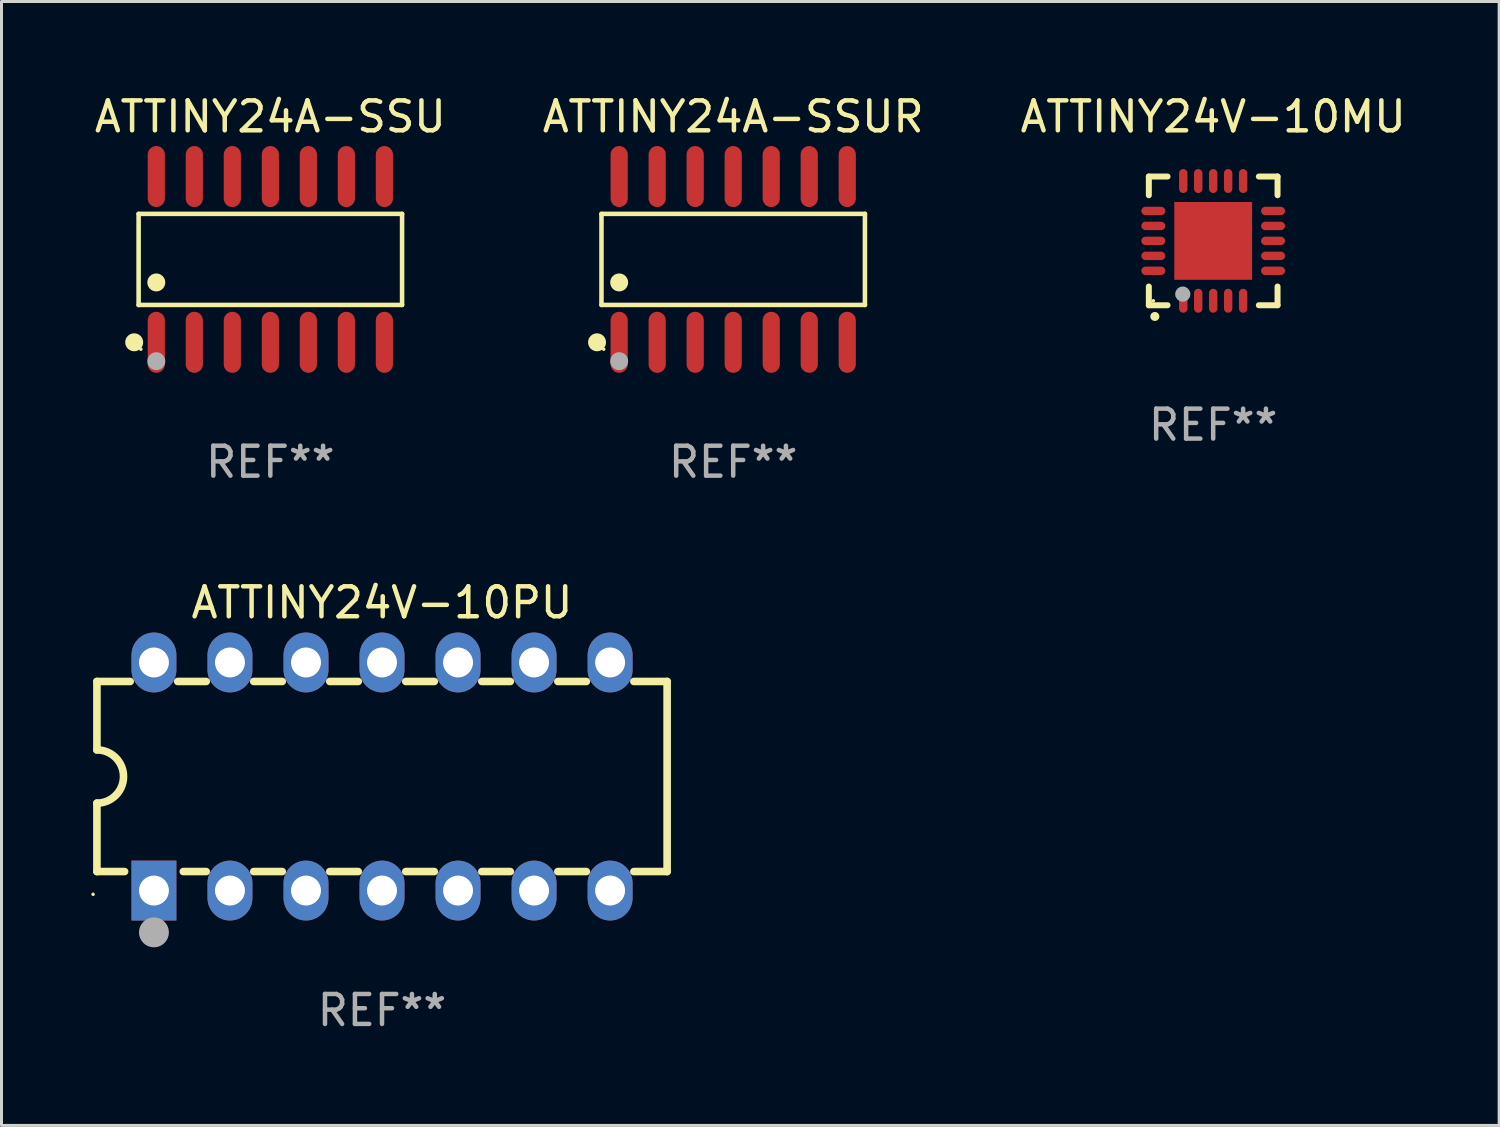
<source format=kicad_pcb>
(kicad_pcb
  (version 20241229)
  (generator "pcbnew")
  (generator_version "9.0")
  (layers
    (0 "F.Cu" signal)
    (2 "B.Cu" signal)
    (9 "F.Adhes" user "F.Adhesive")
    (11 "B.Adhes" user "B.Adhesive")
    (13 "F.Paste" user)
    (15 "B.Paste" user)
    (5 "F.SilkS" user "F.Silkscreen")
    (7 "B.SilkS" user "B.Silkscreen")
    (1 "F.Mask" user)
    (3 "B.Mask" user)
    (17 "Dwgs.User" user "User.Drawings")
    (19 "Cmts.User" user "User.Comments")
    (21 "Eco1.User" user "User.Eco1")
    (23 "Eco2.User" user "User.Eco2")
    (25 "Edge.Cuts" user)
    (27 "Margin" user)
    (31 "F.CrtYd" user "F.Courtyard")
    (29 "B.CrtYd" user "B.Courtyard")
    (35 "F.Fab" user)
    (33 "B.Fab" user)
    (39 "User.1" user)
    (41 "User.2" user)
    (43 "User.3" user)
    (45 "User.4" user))
  (footprint "ATTINY24A-SSUR"
    (layer "F.Cu")
    (at 21.446 5.617)
    (property "Reference" "ATTINY24A-SSUR" (at 0 -4.769 0) (layer "F.SilkS") (effects (font (size 1 1) (thickness 0.15))))
    (attr through_hole)
    (fp_line (start -4.401 -1.521) (end 4.401 -1.521) (stroke (width 0.152) (type solid)) (layer "F.SilkS"))
    (fp_line (start -4.401 1.521) (end -4.401 -1.521) (stroke (width 0.152) (type solid)) (layer "F.SilkS"))
    (fp_line (start 4.401 -1.521) (end 4.401 1.521) (stroke (width 0.152) (type solid)) (layer "F.SilkS"))
    (fp_line (start 4.401 1.521) (end -4.401 1.521) (stroke (width 0.152) (type solid)) (layer "F.SilkS"))
    (fp_circle (center -4.549 2.769) (end -4.399 2.769) (stroke (width 0.3) (type solid)) (fill no) (layer "F.SilkS"))
    (fp_circle (center -4.325 3) (end -4.295 3) (stroke (width 0.06) (type solid)) (fill no) (layer "F.SilkS"))
    (fp_circle (center -3.81 0.769) (end -3.66 0.769) (stroke (width 0.3) (type solid)) (fill no) (layer "F.SilkS"))
    (fp_circle (center -3.81 3.4) (end -3.66 3.4) (stroke (width 0.3) (type solid)) (fill no) (layer "F.Fab"))
    (fp_text user "REF**" (at 0 6.769 0) (layer "F.Fab") (effects (font (size 1 1) (thickness 0.15))))
    (pad "1" smd oval (at -3.81 2.769) (size 0.574 2.038) (layers "F.Cu" "F.Mask" "F.Paste"))
    (pad "2" smd oval (at -2.54 2.769) (size 0.574 2.038) (layers "F.Cu" "F.Mask" "F.Paste"))
    (pad "3" smd oval (at -1.27 2.769) (size 0.574 2.038) (layers "F.Cu" "F.Mask" "F.Paste"))
    (pad "4" smd oval (at 0 2.769) (size 0.574 2.038) (layers "F.Cu" "F.Mask" "F.Paste"))
    (pad "5" smd oval (at 1.27 2.769) (size 0.574 2.038) (layers "F.Cu" "F.Mask" "F.Paste"))
    (pad "6" smd oval (at 2.54 2.769) (size 0.574 2.038) (layers "F.Cu" "F.Mask" "F.Paste"))
    (pad "7" smd oval (at 3.81 2.769) (size 0.574 2.038) (layers "F.Cu" "F.Mask" "F.Paste"))
    (pad "8" smd oval (at 3.81 -2.769) (size 0.574 2.038) (layers "F.Cu" "F.Mask" "F.Paste"))
    (pad "9" smd oval (at 2.54 -2.769) (size 0.574 2.038) (layers "F.Cu" "F.Mask" "F.Paste"))
    (pad "10" smd oval (at 1.27 -2.769) (size 0.574 2.038) (layers "F.Cu" "F.Mask" "F.Paste"))
    (pad "11" smd oval (at 0 -2.769) (size 0.574 2.038) (layers "F.Cu" "F.Mask" "F.Paste"))
    (pad "12" smd oval (at -1.27 -2.769) (size 0.574 2.038) (layers "F.Cu" "F.Mask" "F.Paste"))
    (pad "13" smd oval (at -2.54 -2.769) (size 0.574 2.038) (layers "F.Cu" "F.Mask" "F.Paste"))
    (pad "14" smd oval (at -3.81 -2.769) (size 0.574 2.038) (layers "F.Cu" "F.Mask" "F.Paste")))
  (footprint "ATTINY24A-SSU"
    (layer "F.Cu")
    (at 5.982 5.617)
    (property "Reference" "ATTINY24A-SSU" (at 0 -4.769 0) (layer "F.SilkS") (effects (font (size 1 1) (thickness 0.15))))
    (attr through_hole)
    (fp_line (start -4.401 -1.521) (end 4.401 -1.521) (stroke (width 0.152) (type solid)) (layer "F.SilkS"))
    (fp_line (start -4.401 1.521) (end -4.401 -1.521) (stroke (width 0.152) (type solid)) (layer "F.SilkS"))
    (fp_line (start 4.401 -1.521) (end 4.401 1.521) (stroke (width 0.152) (type solid)) (layer "F.SilkS"))
    (fp_line (start 4.401 1.521) (end -4.401 1.521) (stroke (width 0.152) (type solid)) (layer "F.SilkS"))
    (fp_circle (center -4.549 2.769) (end -4.399 2.769) (stroke (width 0.3) (type solid)) (fill no) (layer "F.SilkS"))
    (fp_circle (center -4.325 3) (end -4.295 3) (stroke (width 0.06) (type solid)) (fill no) (layer "F.SilkS"))
    (fp_circle (center -3.81 0.769) (end -3.66 0.769) (stroke (width 0.3) (type solid)) (fill no) (layer "F.SilkS"))
    (fp_circle (center -3.81 3.4) (end -3.66 3.4) (stroke (width 0.3) (type solid)) (fill no) (layer "F.Fab"))
    (fp_text user "REF**" (at 0 6.769 0) (layer "F.Fab") (effects (font (size 1 1) (thickness 0.15))))
    (pad "1" smd oval (at -3.81 2.769) (size 0.574 2.038) (layers "F.Cu" "F.Mask" "F.Paste"))
    (pad "2" smd oval (at -2.54 2.769) (size 0.574 2.038) (layers "F.Cu" "F.Mask" "F.Paste"))
    (pad "3" smd oval (at -1.27 2.769) (size 0.574 2.038) (layers "F.Cu" "F.Mask" "F.Paste"))
    (pad "4" smd oval (at 0 2.769) (size 0.574 2.038) (layers "F.Cu" "F.Mask" "F.Paste"))
    (pad "5" smd oval (at 1.27 2.769) (size 0.574 2.038) (layers "F.Cu" "F.Mask" "F.Paste"))
    (pad "6" smd oval (at 2.54 2.769) (size 0.574 2.038) (layers "F.Cu" "F.Mask" "F.Paste"))
    (pad "7" smd oval (at 3.81 2.769) (size 0.574 2.038) (layers "F.Cu" "F.Mask" "F.Paste"))
    (pad "8" smd oval (at 3.81 -2.769) (size 0.574 2.038) (layers "F.Cu" "F.Mask" "F.Paste"))
    (pad "9" smd oval (at 2.54 -2.769) (size 0.574 2.038) (layers "F.Cu" "F.Mask" "F.Paste"))
    (pad "10" smd oval (at 1.27 -2.769) (size 0.574 2.038) (layers "F.Cu" "F.Mask" "F.Paste"))
    (pad "11" smd oval (at 0 -2.769) (size 0.574 2.038) (layers "F.Cu" "F.Mask" "F.Paste"))
    (pad "12" smd oval (at -1.27 -2.769) (size 0.574 2.038) (layers "F.Cu" "F.Mask" "F.Paste"))
    (pad "13" smd oval (at -2.54 -2.769) (size 0.574 2.038) (layers "F.Cu" "F.Mask" "F.Paste"))
    (pad "14" smd oval (at -3.81 -2.769) (size 0.574 2.038) (layers "F.Cu" "F.Mask" "F.Paste")))
  (footprint "ATTINY24V-10PU"
    (layer "F.Cu")
    (at 9.713 22.893)
    (property "Reference" "ATTINY24V-10PU" (at 0 -5.81 0) (layer "F.SilkS") (effects (font (size 1 1) (thickness 0.15))))
    (attr through_hole)
    (fp_line (start -9.525 -3.175) (end -9.525 -0.889) (stroke (width 0.254) (type solid)) (layer "F.SilkS"))
    (fp_line (start -9.525 -3.175) (end -8.414 -3.175) (stroke (width 0.254) (type solid)) (layer "F.SilkS"))
    (fp_line (start -9.525 3.175) (end -9.525 0.889) (stroke (width 0.254) (type solid)) (layer "F.SilkS"))
    (fp_line (start -8.601 3.175) (end -9.525 3.175) (stroke (width 0.254) (type solid)) (layer "F.SilkS"))
    (fp_line (start -6.826 -3.175) (end -5.874 -3.175) (stroke (width 0.254) (type solid)) (layer "F.SilkS"))
    (fp_line (start -5.874 3.175) (end -6.639 3.175) (stroke (width 0.254) (type solid)) (layer "F.SilkS"))
    (fp_line (start -4.286 -3.175) (end -3.334 -3.175) (stroke (width 0.254) (type solid)) (layer "F.SilkS"))
    (fp_line (start -3.334 3.175) (end -4.286 3.175) (stroke (width 0.254) (type solid)) (layer "F.SilkS"))
    (fp_line (start -1.746 -3.175) (end -0.794 -3.175) (stroke (width 0.254) (type solid)) (layer "F.SilkS"))
    (fp_line (start -0.794 3.175) (end -1.746 3.175) (stroke (width 0.254) (type solid)) (layer "F.SilkS"))
    (fp_line (start 0.794 -3.175) (end 1.746 -3.175) (stroke (width 0.254) (type solid)) (layer "F.SilkS"))
    (fp_line (start 1.746 3.175) (end 0.794 3.175) (stroke (width 0.254) (type solid)) (layer "F.SilkS"))
    (fp_line (start 3.334 -3.175) (end 4.286 -3.175) (stroke (width 0.254) (type solid)) (layer "F.SilkS"))
    (fp_line (start 4.286 3.175) (end 3.334 3.175) (stroke (width 0.254) (type solid)) (layer "F.SilkS"))
    (fp_line (start 5.874 -3.175) (end 6.826 -3.175) (stroke (width 0.254) (type solid)) (layer "F.SilkS"))
    (fp_line (start 6.826 3.175) (end 5.874 3.175) (stroke (width 0.254) (type solid)) (layer "F.SilkS"))
    (fp_line (start 8.414 -3.175) (end 9.525 -3.175) (stroke (width 0.254) (type solid)) (layer "F.SilkS"))
    (fp_line (start 9.525 -3.175) (end 9.525 3.175) (stroke (width 0.254) (type solid)) (layer "F.SilkS"))
    (fp_line (start 9.525 3.175) (end 8.414 3.175) (stroke (width 0.254) (type solid)) (layer "F.SilkS"))
    (fp_arc (start -9.525019 -0.889002) (mid -8.636017 0) (end -9.525019 0.889002) (stroke (width 0.254001) (type solid)) (layer "F.SilkS"))
    (fp_circle (center -9.653 3.935) (end -9.623 3.935) (stroke (width 0.06) (type solid)) (fill no) (layer "F.SilkS"))
    (fp_circle (center -7.62 5.207) (end -7.37 5.207) (stroke (width 0.5) (type solid)) (fill no) (layer "F.Fab"))
    (fp_text user "REF**" (at 0 7.81 0) (layer "F.Fab") (effects (font (size 1 1) (thickness 0.15))))
    (pad "1" thru_hole rect (at -7.62 3.81) (size 1.5 2) (drill 1) (layers "*.Cu" "*.Mask"))
    (pad "2" thru_hole oval (at -5.08 3.81) (size 1.5 2) (drill 1) (layers "*.Cu" "*.Mask"))
    (pad "3" thru_hole oval (at -2.54 3.81) (size 1.5 2) (drill 1) (layers "*.Cu" "*.Mask"))
    (pad "4" thru_hole oval (at 0 3.81) (size 1.5 2) (drill 1) (layers "*.Cu" "*.Mask"))
    (pad "5" thru_hole oval (at 2.54 3.81) (size 1.5 2) (drill 1) (layers "*.Cu" "*.Mask"))
    (pad "6" thru_hole oval (at 5.08 3.81) (size 1.5 2) (drill 1) (layers "*.Cu" "*.Mask"))
    (pad "7" thru_hole oval (at 7.62 3.81) (size 1.5 2) (drill 1) (layers "*.Cu" "*.Mask"))
    (pad "8" thru_hole oval (at 7.62 -3.81) (size 1.5 2) (drill 1) (layers "*.Cu" "*.Mask"))
    (pad "9" thru_hole oval (at 5.08 -3.81) (size 1.5 2) (drill 1) (layers "*.Cu" "*.Mask"))
    (pad "10" thru_hole oval (at 2.54 -3.81) (size 1.5 2) (drill 1) (layers "*.Cu" "*.Mask"))
    (pad "11" thru_hole oval (at 0 -3.81) (size 1.5 2) (drill 1) (layers "*.Cu" "*.Mask"))
    (pad "12" thru_hole oval (at -2.54 -3.81) (size 1.5 2) (drill 1) (layers "*.Cu" "*.Mask"))
    (pad "13" thru_hole oval (at -5.08 -3.81) (size 1.5 2) (drill 1) (layers "*.Cu" "*.Mask"))
    (pad "14" thru_hole oval (at -7.62 -3.81) (size 1.5 2) (drill 1) (layers "*.Cu" "*.Mask")))
  (footprint "ATTINY24V-10MU"
    (layer "F.Cu")
    (at 37.482 4.998)
    (property "Reference" "ATTINY24V-10MU" (at 0 -4.15 0) (layer "F.SilkS") (effects (font (size 1 1) (thickness 0.15))))
    (attr through_hole)
    (fp_line (start -2.15 -2.15) (end -2.15 -1.525) (stroke (width 0.2) (type solid)) (layer "F.SilkS"))
    (fp_line (start -2.15 2.15) (end -2.15 1.525) (stroke (width 0.2) (type solid)) (layer "F.SilkS"))
    (fp_line (start -1.525 -2.15) (end -2.15 -2.15) (stroke (width 0.2) (type solid)) (layer "F.SilkS"))
    (fp_line (start -1.525 2.15) (end -2.15 2.15) (stroke (width 0.2) (type solid)) (layer "F.SilkS"))
    (fp_line (start 1.525 2.15) (end 2.15 2.15) (stroke (width 0.2) (type solid)) (layer "F.SilkS"))
    (fp_line (start 2.15 -2.15) (end 1.525 -2.15) (stroke (width 0.2) (type solid)) (layer "F.SilkS"))
    (fp_line (start 2.15 -1.525) (end 2.15 -2.15) (stroke (width 0.2) (type solid)) (layer "F.SilkS"))
    (fp_line (start 2.15 2.15) (end 2.15 1.525) (stroke (width 0.2) (type solid)) (layer "F.SilkS"))
    (fp_arc (start -1.950724 2.524765) (mid -1.949454 2.52476) (end -1.948184 2.524765) (stroke (width 0.3) (type solid)) (layer "F.SilkS"))
    (fp_circle (center -2 2) (end -1.97 2) (stroke (width 0.06) (type solid)) (fill no) (layer "F.SilkS"))
    (fp_circle (center -1.016 1.778) (end -0.889 1.778) (stroke (width 0.254) (type solid)) (fill no) (layer "F.Fab"))
    (fp_text user "REF**" (at 0 6.15 0) (layer "F.Fab") (effects (font (size 1 1) (thickness 0.15))))
    (pad "1" smd oval (at -1 2) (size 0.28 0.8) (layers "F.Cu" "F.Mask" "F.Paste"))
    (pad "2" smd oval (at -0.5 2) (size 0.28 0.8) (layers "F.Cu" "F.Mask" "F.Paste"))
    (pad "3" smd oval (at 0 2) (size 0.28 0.8) (layers "F.Cu" "F.Mask" "F.Paste"))
    (pad "4" smd oval (at 0.5 2) (size 0.28 0.8) (layers "F.Cu" "F.Mask" "F.Paste"))
    (pad "5" smd oval (at 1 2) (size 0.28 0.8) (layers "F.Cu" "F.Mask" "F.Paste"))
    (pad "6" smd oval (at 2 1) (size 0.8 0.28) (layers "F.Cu" "F.Mask" "F.Paste"))
    (pad "7" smd oval (at 2 0.5) (size 0.8 0.28) (layers "F.Cu" "F.Mask" "F.Paste"))
    (pad "8" smd oval (at 2 0) (size 0.8 0.28) (layers "F.Cu" "F.Mask" "F.Paste"))
    (pad "9" smd oval (at 2 -0.5) (size 0.8 0.28) (layers "F.Cu" "F.Mask" "F.Paste"))
    (pad "10" smd oval (at 2 -1) (size 0.8 0.28) (layers "F.Cu" "F.Mask" "F.Paste"))
    (pad "11" smd oval (at 1 -2) (size 0.28 0.8) (layers "F.Cu" "F.Mask" "F.Paste"))
    (pad "12" smd oval (at 0.5 -2) (size 0.28 0.8) (layers "F.Cu" "F.Mask" "F.Paste"))
    (pad "13" smd oval (at 0 -2) (size 0.28 0.8) (layers "F.Cu" "F.Mask" "F.Paste"))
    (pad "14" smd oval (at -0.5 -2) (size 0.28 0.8) (layers "F.Cu" "F.Mask" "F.Paste"))
    (pad "15" smd oval (at -1 -2) (size 0.28 0.8) (layers "F.Cu" "F.Mask" "F.Paste"))
    (pad "16" smd oval (at -2 -1) (size 0.8 0.28) (layers "F.Cu" "F.Mask" "F.Paste"))
    (pad "17" smd oval (at -2 -0.5) (size 0.8 0.28) (layers "F.Cu" "F.Mask" "F.Paste"))
    (pad "18" smd oval (at -2 0) (size 0.8 0.28) (layers "F.Cu" "F.Mask" "F.Paste"))
    (pad "19" smd oval (at -2 0.5) (size 0.8 0.28) (layers "F.Cu" "F.Mask" "F.Paste"))
    (pad "20" smd oval (at -2 1) (size 0.8 0.28) (layers "F.Cu" "F.Mask" "F.Paste"))
    (pad "21" smd rect (at 0 0) (size 2.6 2.6) (layers "F.Cu" "F.Mask" "F.Paste")))
  (gr_rect
    (start -3 -3)
    (end 47.036 34.551)
    (stroke (width 0.1) (type default))
    (fill no)
    (layer "Edge.Cuts")))
</source>
